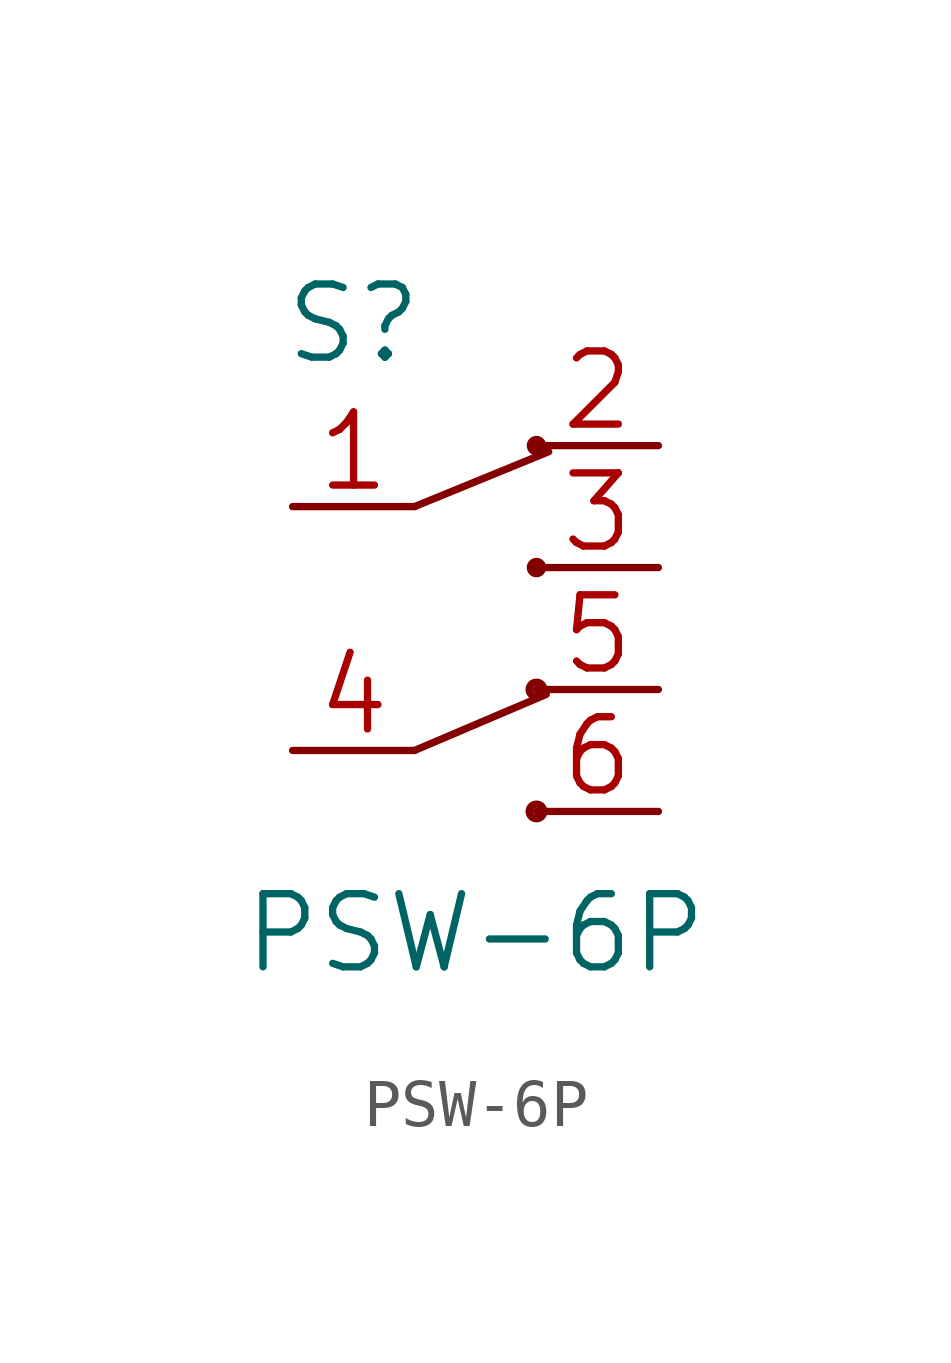
<source format=kicad_sym>
(kicad_symbol_lib
  (version 20211014)
  (generator kicad_symbol_editor)
  (symbol "PSW-6P"
    (pin_names
      (offset 1.016))
    (property "Reference" "S"
      (at -2.54 6.35 0)
      (effects (font (size 1.524 1.524))))
    (property "Value" "PSW-6P"
      (at 0 -6.35 0)
      (effects (font (size 1.524 1.524))))
    (property "Footprint" ""
      (at 0 0 0)
      (effects (font (size 1.524 1.524))))
    (property "Datasheet" ""
      (at 0 0 0)
      (effects (font (size 1.524 1.524))))
    (symbol "PSW-6P_0_1"
      (polyline (pts (xy -1.27 -2.54) (xy 1.473 -1.372)) (stroke (width 0) (type default) (color 0 0 0 0)) (fill (type none)))
      (polyline (pts (xy -1.27 2.54) (xy 1.524 3.683)) (stroke (width 0) (type default) (color 0 0 0 0)) (fill (type none)))
      (circle (center 1.27 -3.81) (radius 0.152) (stroke (width 0) (type default) (color 0 0 0 0)) (fill (type none)))
      (circle (center 1.27 -1.27) (radius 0.152) (stroke (width 0) (type default) (color 0 0 0 0)) (fill (type none)))
      (circle (center 1.27 1.27) (radius 0.127) (stroke (width 0) (type default) (color 0 0 0 0)) (fill (type none)))
      (circle (center 1.27 3.81) (radius 0.127) (stroke (width 0) (type default) (color 0 0 0 0)) (fill (type none)))
      (pin passive line (at -3.81 2.54 0) (length 2.54) (name "~" (effects (font (size 1.524 1.524)))) (number "1" (effects (font (size 1.524 1.524)))))
      (pin passive line (at 3.81 3.81 180) (length 2.54) (name "~" (effects (font (size 1.524 1.524)))) (number "2" (effects (font (size 1.524 1.524)))))
      (pin passive line (at 3.81 1.27 180) (length 2.54) (name "~" (effects (font (size 1.524 1.524)))) (number "3" (effects (font (size 1.524 1.524)))))
      (pin passive line (at -3.81 -2.54 0) (length 2.54) (name "~" (effects (font (size 1.524 1.524)))) (number "4" (effects (font (size 1.524 1.524)))))
      (pin passive line (at 3.81 -1.27 180) (length 2.54) (name "~" (effects (font (size 1.524 1.524)))) (number "5" (effects (font (size 1.524 1.524)))))
      (pin passive line (at 3.81 -3.81 180) (length 2.54) (name "~" (effects (font (size 1.524 1.524)))) (number "6" (effects (font (size 1.524 1.524))))))))
</source>
